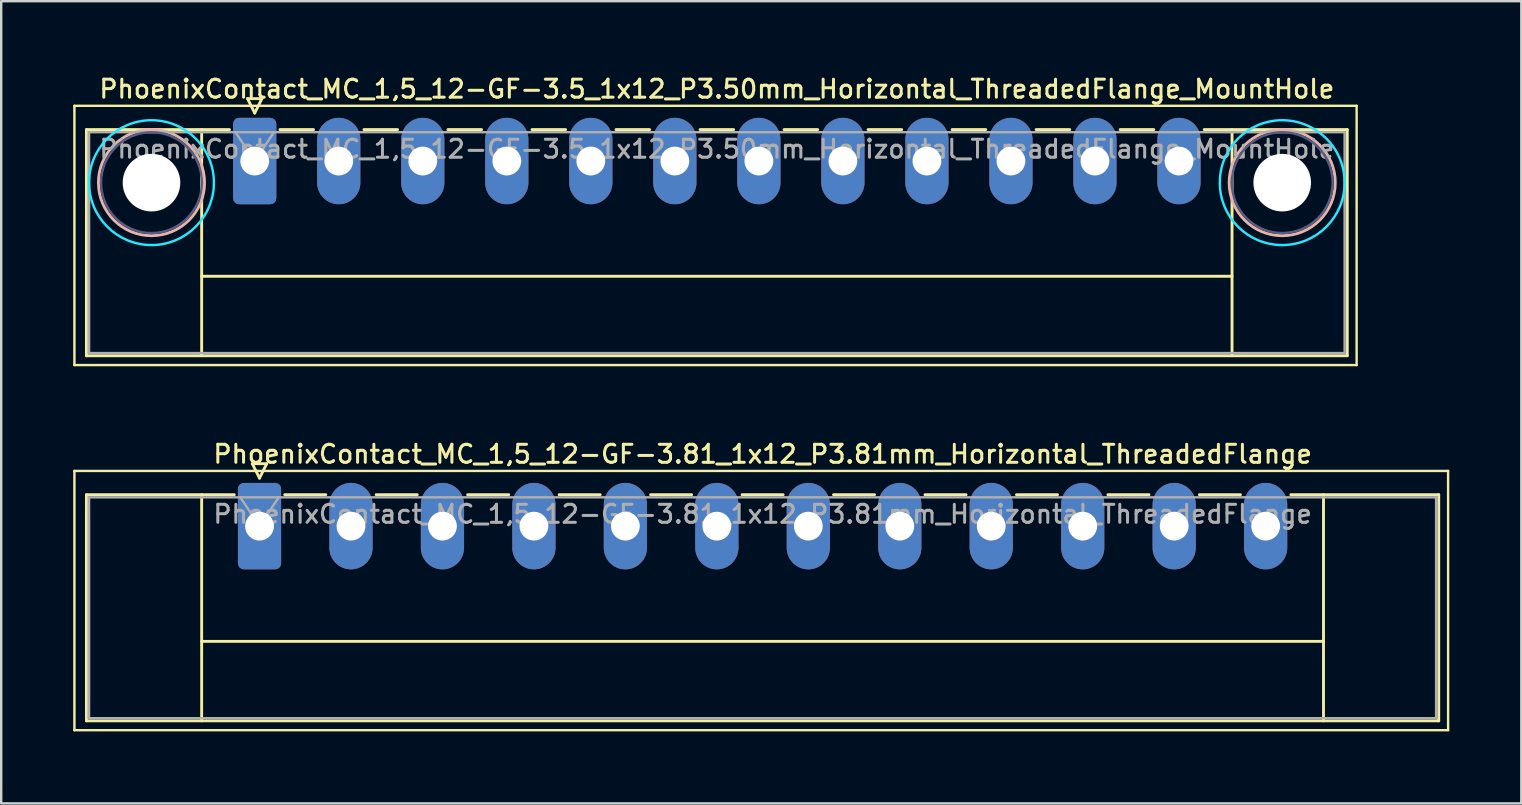
<source format=kicad_pcb>
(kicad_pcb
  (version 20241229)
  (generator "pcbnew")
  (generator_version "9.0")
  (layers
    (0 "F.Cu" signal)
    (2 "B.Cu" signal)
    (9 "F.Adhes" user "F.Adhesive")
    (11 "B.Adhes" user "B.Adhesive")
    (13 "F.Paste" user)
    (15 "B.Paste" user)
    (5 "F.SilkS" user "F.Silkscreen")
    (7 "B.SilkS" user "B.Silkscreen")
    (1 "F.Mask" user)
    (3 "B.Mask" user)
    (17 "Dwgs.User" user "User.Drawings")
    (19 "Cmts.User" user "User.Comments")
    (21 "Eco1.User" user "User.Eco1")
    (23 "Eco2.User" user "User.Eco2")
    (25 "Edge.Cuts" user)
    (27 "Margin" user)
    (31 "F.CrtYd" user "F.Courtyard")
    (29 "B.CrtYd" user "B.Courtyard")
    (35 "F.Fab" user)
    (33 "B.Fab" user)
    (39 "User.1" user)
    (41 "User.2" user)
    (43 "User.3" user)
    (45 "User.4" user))
  (footprint "PhoenixContact_MC_1,5_12-GF-3.5_1x12_P3.50mm_Horizontal_ThreadedFlange_MountHole"
    (layer "F.Cu")
    (at 7.56 3.658)
    (property "Reference" "PhoenixContact_MC_1,5_12-GF-3.5_1x12_P3.50mm_Horizontal_ThreadedFlange_MountHole" (at 19.25 -3 0) (layer "F.SilkS") (effects (font (size 0.75 0.75) (thickness 0.125))))
    (attr through_hole)
    (fp_line (start -7.51 -2.3) (end -7.51 8.5) (stroke (width 0.1) (type solid)) (layer "F.SilkS"))
    (fp_line (start -7.51 8.5) (end 45.9 8.5) (stroke (width 0.1) (type solid)) (layer "F.SilkS"))
    (fp_line (start -7.01 -1.31) (end -7.01 8.11) (stroke (width 0.12) (type solid)) (layer "F.SilkS"))
    (fp_line (start -7.01 -1.31) (end -1.05 -1.31) (stroke (width 0.12) (type solid)) (layer "F.SilkS"))
    (fp_line (start -7.01 8.11) (end 45.51 8.11) (stroke (width 0.12) (type solid)) (layer "F.SilkS"))
    (fp_line (start -2.21 -1.31) (end -2.21 8.11) (stroke (width 0.12) (type solid)) (layer "F.SilkS"))
    (fp_line (start -2.21 4.8) (end 40.71 4.8) (stroke (width 0.12) (type solid)) (layer "F.SilkS"))
    (fp_line (start -0.3 -2.6) (end 0.3 -2.6) (stroke (width 0.12) (type solid)) (layer "F.SilkS"))
    (fp_line (start 0 -2) (end -0.3 -2.6) (stroke (width 0.12) (type solid)) (layer "F.SilkS"))
    (fp_line (start 0.3 -2.6) (end 0 -2) (stroke (width 0.12) (type solid)) (layer "F.SilkS"))
    (fp_line (start 1.05 -1.31) (end 2.45 -1.31) (stroke (width 0.12) (type solid)) (layer "F.SilkS"))
    (fp_line (start 4.55 -1.31) (end 5.95 -1.31) (stroke (width 0.12) (type solid)) (layer "F.SilkS"))
    (fp_line (start 8.05 -1.31) (end 9.45 -1.31) (stroke (width 0.12) (type solid)) (layer "F.SilkS"))
    (fp_line (start 11.55 -1.31) (end 12.95 -1.31) (stroke (width 0.12) (type solid)) (layer "F.SilkS"))
    (fp_line (start 15.05 -1.31) (end 16.45 -1.31) (stroke (width 0.12) (type solid)) (layer "F.SilkS"))
    (fp_line (start 18.55 -1.31) (end 19.95 -1.31) (stroke (width 0.12) (type solid)) (layer "F.SilkS"))
    (fp_line (start 22.05 -1.31) (end 23.45 -1.31) (stroke (width 0.12) (type solid)) (layer "F.SilkS"))
    (fp_line (start 25.55 -1.31) (end 26.95 -1.31) (stroke (width 0.12) (type solid)) (layer "F.SilkS"))
    (fp_line (start 29.05 -1.31) (end 30.45 -1.31) (stroke (width 0.12) (type solid)) (layer "F.SilkS"))
    (fp_line (start 32.55 -1.31) (end 33.95 -1.31) (stroke (width 0.12) (type solid)) (layer "F.SilkS"))
    (fp_line (start 36.05 -1.31) (end 37.45 -1.31) (stroke (width 0.12) (type solid)) (layer "F.SilkS"))
    (fp_line (start 40.71 -1.31) (end 40.71 8.11) (stroke (width 0.12) (type solid)) (layer "F.SilkS"))
    (fp_line (start 45.51 -1.31) (end 39.55 -1.31) (stroke (width 0.12) (type solid)) (layer "F.SilkS"))
    (fp_line (start 45.51 8.11) (end 45.51 -1.31) (stroke (width 0.12) (type solid)) (layer "F.SilkS"))
    (fp_line (start 45.9 -2.3) (end -7.51 -2.3) (stroke (width 0.1) (type solid)) (layer "F.SilkS"))
    (fp_line (start 45.9 8.5) (end 45.9 -2.3) (stroke (width 0.1) (type solid)) (layer "F.SilkS"))
    (fp_circle (center -4.3 0.9) (end -2.09 0.9) (stroke (width 0.12) (type solid)) (fill no) (layer "B.SilkS"))
    (fp_circle (center 42.8 0.9) (end 45.01 0.9) (stroke (width 0.12) (type solid)) (fill no) (layer "B.SilkS"))
    (fp_circle (center -4.3 0.9) (end -1.7 0.9) (stroke (width 0.1) (type solid)) (fill no) (layer "B.CrtYd"))
    (fp_circle (center 42.8 0.9) (end 45.4 0.9) (stroke (width 0.1) (type solid)) (fill no) (layer "B.CrtYd"))
    (fp_circle (center -4.3 0.9) (end -2.2 0.9) (stroke (width 0.1) (type solid)) (fill no) (layer "B.Fab"))
    (fp_circle (center 42.8 0.9) (end 44.9 0.9) (stroke (width 0.1) (type solid)) (fill no) (layer "B.Fab"))
    (fp_line (start -6.9 -1.2) (end -6.9 8) (stroke (width 0.1) (type solid)) (layer "F.Fab"))
    (fp_line (start -6.9 8) (end 45.4 8) (stroke (width 0.1) (type solid)) (layer "F.Fab"))
    (fp_line (start 0 0) (end -0.8 -1.2) (stroke (width 0.1) (type solid)) (layer "F.Fab"))
    (fp_line (start 0.8 -1.2) (end 0 0) (stroke (width 0.1) (type solid)) (layer "F.Fab"))
    (fp_line (start 45.4 -1.2) (end -6.9 -1.2) (stroke (width 0.1) (type solid)) (layer "F.Fab"))
    (fp_line (start 45.4 8) (end 45.4 -1.2) (stroke (width 0.1) (type solid)) (layer "F.Fab"))
    (fp_text user "${REFERENCE}" (at 19.25 -0.5 0) (layer "F.Fab") (effects (font (size 0.75 0.75) (thickness 0.125))))
    (pad "" np_thru_hole circle (at -4.3 0.9) (size 2.4 2.4) (drill 2.4) (layers "*.Cu" "*.Mask"))
    (pad "" np_thru_hole circle (at 42.8 0.9) (size 2.4 2.4) (drill 2.4) (layers "*.Cu" "*.Mask"))
    (pad "1" thru_hole roundrect (at 0 0) (size 1.8 3.6) (drill 1.2) (layers "*.Cu" "*.Mask") (roundrect_rratio 0.139))
    (pad "2" thru_hole oval (at 3.5 0) (size 1.8 3.6) (drill 1.2) (layers "*.Cu" "*.Mask"))
    (pad "3" thru_hole oval (at 7 0) (size 1.8 3.6) (drill 1.2) (layers "*.Cu" "*.Mask"))
    (pad "4" thru_hole oval (at 10.5 0) (size 1.8 3.6) (drill 1.2) (layers "*.Cu" "*.Mask"))
    (pad "5" thru_hole oval (at 14 0) (size 1.8 3.6) (drill 1.2) (layers "*.Cu" "*.Mask"))
    (pad "6" thru_hole oval (at 17.5 0) (size 1.8 3.6) (drill 1.2) (layers "*.Cu" "*.Mask"))
    (pad "7" thru_hole oval (at 21 0) (size 1.8 3.6) (drill 1.2) (layers "*.Cu" "*.Mask"))
    (pad "8" thru_hole oval (at 24.5 0) (size 1.8 3.6) (drill 1.2) (layers "*.Cu" "*.Mask"))
    (pad "9" thru_hole oval (at 28 0) (size 1.8 3.6) (drill 1.2) (layers "*.Cu" "*.Mask"))
    (pad "10" thru_hole oval (at 31.5 0) (size 1.8 3.6) (drill 1.2) (layers "*.Cu" "*.Mask"))
    (pad "11" thru_hole oval (at 35 0) (size 1.8 3.6) (drill 1.2) (layers "*.Cu" "*.Mask"))
    (pad "12" thru_hole oval (at 38.5 0) (size 1.8 3.6) (drill 1.2) (layers "*.Cu" "*.Mask")))
  (footprint "PhoenixContact_MC_1,5_12-GF-3.81_1x12_P3.81mm_Horizontal_ThreadedFlange"
    (layer "F.Cu")
    (at 7.76 18.866)
    (property "Reference" "PhoenixContact_MC_1,5_12-GF-3.81_1x12_P3.81mm_Horizontal_ThreadedFlange" (at 20.96 -3 0) (layer "F.SilkS") (effects (font (size 0.75 0.75) (thickness 0.125))))
    (attr through_hole)
    (fp_line (start -7.71 -2.3) (end -7.71 8.5) (stroke (width 0.1) (type solid)) (layer "F.SilkS"))
    (fp_line (start -7.71 8.5) (end 49.51 8.5) (stroke (width 0.1) (type solid)) (layer "F.SilkS"))
    (fp_line (start -7.21 -1.31) (end -7.21 8.11) (stroke (width 0.12) (type solid)) (layer "F.SilkS"))
    (fp_line (start -7.21 -1.31) (end -1.05 -1.31) (stroke (width 0.12) (type solid)) (layer "F.SilkS"))
    (fp_line (start -7.21 8.11) (end 49.12 8.11) (stroke (width 0.12) (type solid)) (layer "F.SilkS"))
    (fp_line (start -2.41 -1.31) (end -2.41 8.11) (stroke (width 0.12) (type solid)) (layer "F.SilkS"))
    (fp_line (start -2.41 4.8) (end 44.32 4.8) (stroke (width 0.12) (type solid)) (layer "F.SilkS"))
    (fp_line (start -0.3 -2.6) (end 0.3 -2.6) (stroke (width 0.12) (type solid)) (layer "F.SilkS"))
    (fp_line (start 0 -2) (end -0.3 -2.6) (stroke (width 0.12) (type solid)) (layer "F.SilkS"))
    (fp_line (start 0.3 -2.6) (end 0 -2) (stroke (width 0.12) (type solid)) (layer "F.SilkS"))
    (fp_line (start 1.05 -1.31) (end 2.76 -1.31) (stroke (width 0.12) (type solid)) (layer "F.SilkS"))
    (fp_line (start 4.86 -1.31) (end 6.57 -1.31) (stroke (width 0.12) (type solid)) (layer "F.SilkS"))
    (fp_line (start 8.67 -1.31) (end 10.38 -1.31) (stroke (width 0.12) (type solid)) (layer "F.SilkS"))
    (fp_line (start 12.48 -1.31) (end 14.19 -1.31) (stroke (width 0.12) (type solid)) (layer "F.SilkS"))
    (fp_line (start 16.29 -1.31) (end 18 -1.31) (stroke (width 0.12) (type solid)) (layer "F.SilkS"))
    (fp_line (start 20.1 -1.31) (end 21.81 -1.31) (stroke (width 0.12) (type solid)) (layer "F.SilkS"))
    (fp_line (start 23.91 -1.31) (end 25.62 -1.31) (stroke (width 0.12) (type solid)) (layer "F.SilkS"))
    (fp_line (start 27.72 -1.31) (end 29.43 -1.31) (stroke (width 0.12) (type solid)) (layer "F.SilkS"))
    (fp_line (start 31.53 -1.31) (end 33.24 -1.31) (stroke (width 0.12) (type solid)) (layer "F.SilkS"))
    (fp_line (start 35.34 -1.31) (end 37.05 -1.31) (stroke (width 0.12) (type solid)) (layer "F.SilkS"))
    (fp_line (start 39.15 -1.31) (end 40.86 -1.31) (stroke (width 0.12) (type solid)) (layer "F.SilkS"))
    (fp_line (start 44.32 -1.31) (end 44.32 8.11) (stroke (width 0.12) (type solid)) (layer "F.SilkS"))
    (fp_line (start 49.12 -1.31) (end 42.96 -1.31) (stroke (width 0.12) (type solid)) (layer "F.SilkS"))
    (fp_line (start 49.12 8.11) (end 49.12 -1.31) (stroke (width 0.12) (type solid)) (layer "F.SilkS"))
    (fp_line (start 49.51 -2.3) (end -7.71 -2.3) (stroke (width 0.1) (type solid)) (layer "F.SilkS"))
    (fp_line (start 49.51 8.5) (end 49.51 -2.3) (stroke (width 0.1) (type solid)) (layer "F.SilkS"))
    (fp_line (start -7.1 -1.2) (end -7.1 8) (stroke (width 0.1) (type solid)) (layer "F.Fab"))
    (fp_line (start -7.1 8) (end 49.01 8) (stroke (width 0.1) (type solid)) (layer "F.Fab"))
    (fp_line (start 0 0) (end -0.8 -1.2) (stroke (width 0.1) (type solid)) (layer "F.Fab"))
    (fp_line (start 0.8 -1.2) (end 0 0) (stroke (width 0.1) (type solid)) (layer "F.Fab"))
    (fp_line (start 49.01 -1.2) (end -7.1 -1.2) (stroke (width 0.1) (type solid)) (layer "F.Fab"))
    (fp_line (start 49.01 8) (end 49.01 -1.2) (stroke (width 0.1) (type solid)) (layer "F.Fab"))
    (fp_text user "${REFERENCE}" (at 20.96 -0.5 0) (layer "F.Fab") (effects (font (size 0.75 0.75) (thickness 0.125))))
    (pad "1" thru_hole roundrect (at 0 0) (size 1.8 3.6) (drill 1.2) (layers "*.Cu" "*.Mask") (roundrect_rratio 0.139))
    (pad "2" thru_hole oval (at 3.81 0) (size 1.8 3.6) (drill 1.2) (layers "*.Cu" "*.Mask"))
    (pad "3" thru_hole oval (at 7.62 0) (size 1.8 3.6) (drill 1.2) (layers "*.Cu" "*.Mask"))
    (pad "4" thru_hole oval (at 11.43 0) (size 1.8 3.6) (drill 1.2) (layers "*.Cu" "*.Mask"))
    (pad "5" thru_hole oval (at 15.24 0) (size 1.8 3.6) (drill 1.2) (layers "*.Cu" "*.Mask"))
    (pad "6" thru_hole oval (at 19.05 0) (size 1.8 3.6) (drill 1.2) (layers "*.Cu" "*.Mask"))
    (pad "7" thru_hole oval (at 22.86 0) (size 1.8 3.6) (drill 1.2) (layers "*.Cu" "*.Mask"))
    (pad "8" thru_hole oval (at 26.67 0) (size 1.8 3.6) (drill 1.2) (layers "*.Cu" "*.Mask"))
    (pad "9" thru_hole oval (at 30.48 0) (size 1.8 3.6) (drill 1.2) (layers "*.Cu" "*.Mask"))
    (pad "10" thru_hole oval (at 34.29 0) (size 1.8 3.6) (drill 1.2) (layers "*.Cu" "*.Mask"))
    (pad "11" thru_hole oval (at 38.1 0) (size 1.8 3.6) (drill 1.2) (layers "*.Cu" "*.Mask"))
    (pad "12" thru_hole oval (at 41.91 0) (size 1.8 3.6) (drill 1.2) (layers "*.Cu" "*.Mask")))
  (gr_rect
    (start -3 -3)
    (end 60.32 30.416)
    (stroke (width 0.1) (type default))
    (fill no)
    (layer "Edge.Cuts")))
</source>
